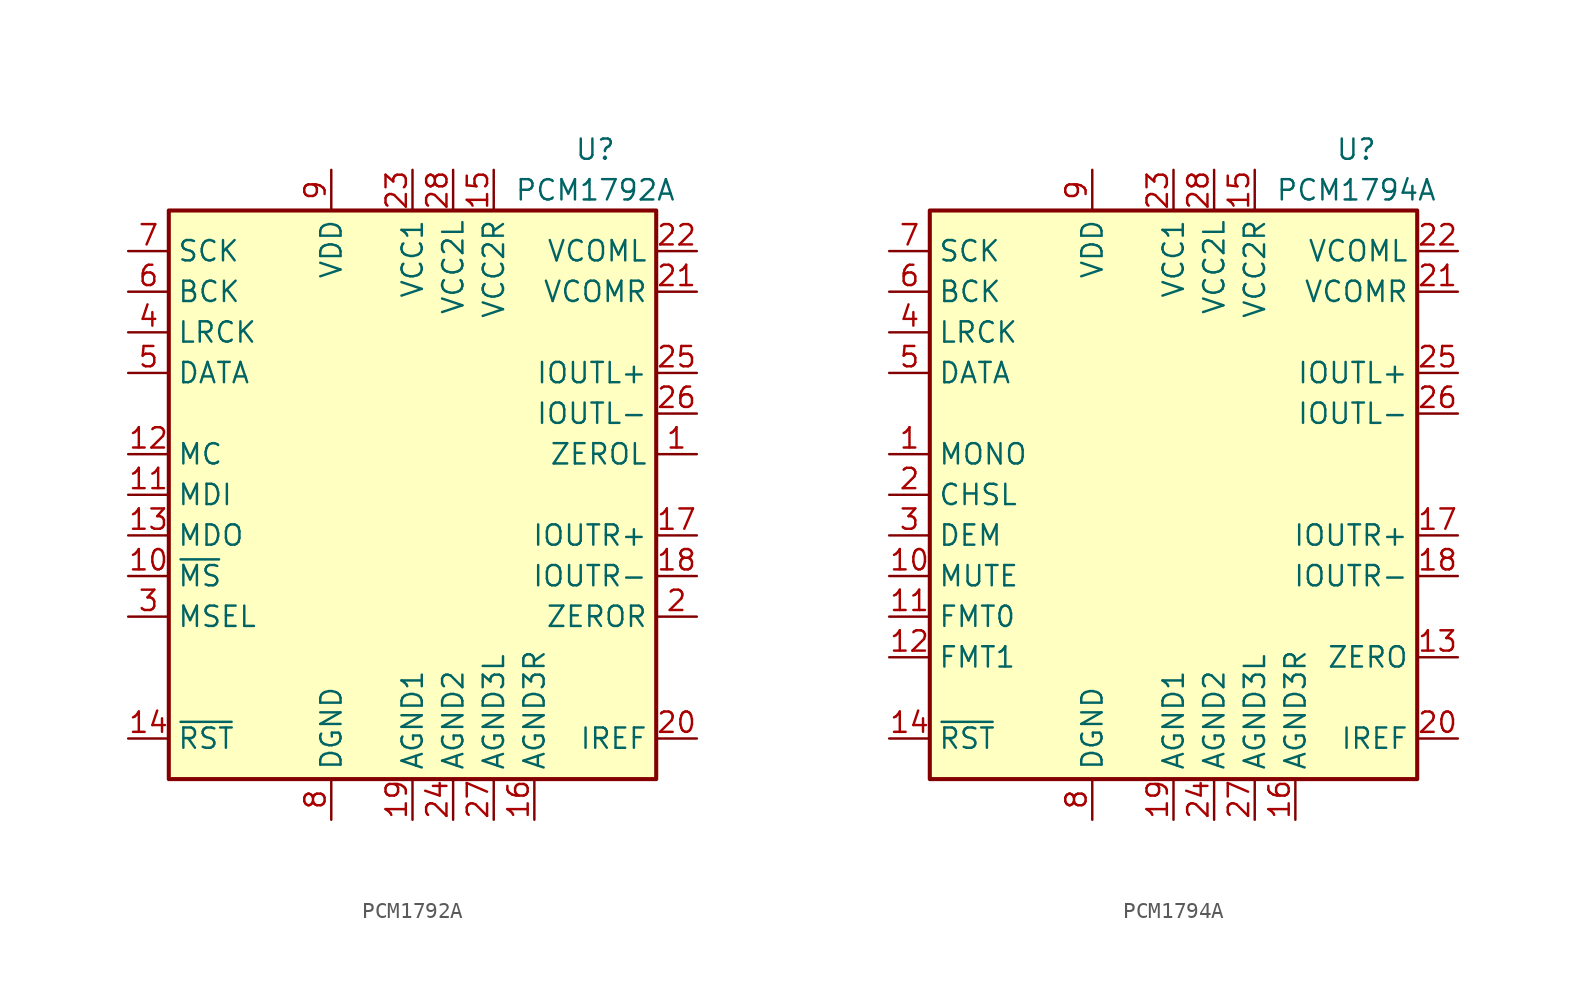
<source format=kicad_sym>
(kicad_symbol_lib
  (version 20201005)
  (generator kicad_symbol_editor)
  (symbol "PCM1792A"
    (property "Reference" "U"
      (at 11.43 21.59 0)
      (effects (font (size 1.27 1.27))))
    (property "Value" "PCM1792A"
      (at 11.43 19.05 0)
      (effects (font (size 1.27 1.27))))
    (symbol "PCM1792A_0_1"
      (rectangle (start -15.24 17.78) (end 15.24 -17.78) (stroke (width 0.254)) (fill (type background))))
    (symbol "PCM1792A_1_1"
      (pin output line (at 17.78 2.54 180) (length 2.54) (name "ZEROL" (effects (font (size 1.27 1.27)))) (number "1" (effects (font (size 1.27 1.27)))))
      (pin input line (at -17.78 -5.08 0) (length 2.54) (name "~MS" (effects (font (size 1.27 1.27)))) (number "10" (effects (font (size 1.27 1.27)))))
      (pin input line (at -17.78 0 0) (length 2.54) (name "MDI" (effects (font (size 1.27 1.27)))) (number "11" (effects (font (size 1.27 1.27)))))
      (pin input line (at -17.78 2.54 0) (length 2.54) (name "MC" (effects (font (size 1.27 1.27)))) (number "12" (effects (font (size 1.27 1.27)))))
      (pin bidirectional line (at -17.78 -2.54 0) (length 2.54) (name "MDO" (effects (font (size 1.27 1.27)))) (number "13" (effects (font (size 1.27 1.27)))))
      (pin input line (at -17.78 -15.24 0) (length 2.54) (name "~RST" (effects (font (size 1.27 1.27)))) (number "14" (effects (font (size 1.27 1.27)))))
      (pin power_in line (at 5.08 20.32 270) (length 2.54) (name "VCC2R" (effects (font (size 1.27 1.27)))) (number "15" (effects (font (size 1.27 1.27)))))
      (pin power_in line (at 7.62 -20.32 90) (length 2.54) (name "AGND3R" (effects (font (size 1.27 1.27)))) (number "16" (effects (font (size 1.27 1.27)))))
      (pin output line (at 17.78 -2.54 180) (length 2.54) (name "IOUTR+" (effects (font (size 1.27 1.27)))) (number "17" (effects (font (size 1.27 1.27)))))
      (pin output line (at 17.78 -5.08 180) (length 2.54) (name "IOUTR-" (effects (font (size 1.27 1.27)))) (number "18" (effects (font (size 1.27 1.27)))))
      (pin power_in line (at 0 -20.32 90) (length 2.54) (name "AGND1" (effects (font (size 1.27 1.27)))) (number "19" (effects (font (size 1.27 1.27)))))
      (pin output line (at 17.78 -7.62 180) (length 2.54) (name "ZEROR" (effects (font (size 1.27 1.27)))) (number "2" (effects (font (size 1.27 1.27)))))
      (pin passive line (at 17.78 -15.24 180) (length 2.54) (name "IREF" (effects (font (size 1.27 1.27)))) (number "20" (effects (font (size 1.27 1.27)))))
      (pin output line (at 17.78 12.7 180) (length 2.54) (name "VCOMR" (effects (font (size 1.27 1.27)))) (number "21" (effects (font (size 1.27 1.27)))))
      (pin passive line (at 17.78 15.24 180) (length 2.54) (name "VCOML" (effects (font (size 1.27 1.27)))) (number "22" (effects (font (size 1.27 1.27)))))
      (pin power_in line (at 0 20.32 270) (length 2.54) (name "VCC1" (effects (font (size 1.27 1.27)))) (number "23" (effects (font (size 1.27 1.27)))))
      (pin power_in line (at 2.54 -20.32 90) (length 2.54) (name "AGND2" (effects (font (size 1.27 1.27)))) (number "24" (effects (font (size 1.27 1.27)))))
      (pin output line (at 17.78 7.62 180) (length 2.54) (name "IOUTL+" (effects (font (size 1.27 1.27)))) (number "25" (effects (font (size 1.27 1.27)))))
      (pin output line (at 17.78 5.08 180) (length 2.54) (name "IOUTL-" (effects (font (size 1.27 1.27)))) (number "26" (effects (font (size 1.27 1.27)))))
      (pin power_in line (at 5.08 -20.32 90) (length 2.54) (name "AGND3L" (effects (font (size 1.27 1.27)))) (number "27" (effects (font (size 1.27 1.27)))))
      (pin power_in line (at 2.54 20.32 270) (length 2.54) (name "VCC2L" (effects (font (size 1.27 1.27)))) (number "28" (effects (font (size 1.27 1.27)))))
      (pin input line (at -17.78 -7.62 0) (length 2.54) (name "MSEL" (effects (font (size 1.27 1.27)))) (number "3" (effects (font (size 1.27 1.27)))))
      (pin input line (at -17.78 10.16 0) (length 2.54) (name "LRCK" (effects (font (size 1.27 1.27)))) (number "4" (effects (font (size 1.27 1.27)))))
      (pin input line (at -17.78 7.62 0) (length 2.54) (name "DATA" (effects (font (size 1.27 1.27)))) (number "5" (effects (font (size 1.27 1.27)))))
      (pin input line (at -17.78 12.7 0) (length 2.54) (name "BCK" (effects (font (size 1.27 1.27)))) (number "6" (effects (font (size 1.27 1.27)))))
      (pin input line (at -17.78 15.24 0) (length 2.54) (name "SCK" (effects (font (size 1.27 1.27)))) (number "7" (effects (font (size 1.27 1.27)))))
      (pin power_in line (at -5.08 -20.32 90) (length 2.54) (name "DGND" (effects (font (size 1.27 1.27)))) (number "8" (effects (font (size 1.27 1.27)))))
      (pin power_in line (at -5.08 20.32 270) (length 2.54) (name "VDD" (effects (font (size 1.27 1.27)))) (number "9" (effects (font (size 1.27 1.27)))))))
  (symbol "PCM1794A"
    (property "Reference" "U"
      (at 11.43 21.59 0)
      (effects (font (size 1.27 1.27))))
    (property "Value" "PCM1794A"
      (at 11.43 19.05 0)
      (effects (font (size 1.27 1.27))))
    (symbol "PCM1794A_0_1"
      (rectangle (start -15.24 17.78) (end 15.24 -17.78) (stroke (width 0.254)) (fill (type background))))
    (symbol "PCM1794A_1_1"
      (pin input line (at -17.78 2.54 0) (length 2.54) (name "MONO" (effects (font (size 1.27 1.27)))) (number "1" (effects (font (size 1.27 1.27)))))
      (pin input line (at -17.78 -5.08 0) (length 2.54) (name "MUTE" (effects (font (size 1.27 1.27)))) (number "10" (effects (font (size 1.27 1.27)))))
      (pin input line (at -17.78 -7.62 0) (length 2.54) (name "FMT0" (effects (font (size 1.27 1.27)))) (number "11" (effects (font (size 1.27 1.27)))))
      (pin input line (at -17.78 -10.16 0) (length 2.54) (name "FMT1" (effects (font (size 1.27 1.27)))) (number "12" (effects (font (size 1.27 1.27)))))
      (pin open_collector line (at 17.78 -10.16 180) (length 2.54) (name "ZERO" (effects (font (size 1.27 1.27)))) (number "13" (effects (font (size 1.27 1.27)))))
      (pin input line (at -17.78 -15.24 0) (length 2.54) (name "~RST" (effects (font (size 1.27 1.27)))) (number "14" (effects (font (size 1.27 1.27)))))
      (pin power_in line (at 5.08 20.32 270) (length 2.54) (name "VCC2R" (effects (font (size 1.27 1.27)))) (number "15" (effects (font (size 1.27 1.27)))))
      (pin power_in line (at 7.62 -20.32 90) (length 2.54) (name "AGND3R" (effects (font (size 1.27 1.27)))) (number "16" (effects (font (size 1.27 1.27)))))
      (pin output line (at 17.78 -2.54 180) (length 2.54) (name "IOUTR+" (effects (font (size 1.27 1.27)))) (number "17" (effects (font (size 1.27 1.27)))))
      (pin output line (at 17.78 -5.08 180) (length 2.54) (name "IOUTR-" (effects (font (size 1.27 1.27)))) (number "18" (effects (font (size 1.27 1.27)))))
      (pin power_in line (at 0 -20.32 90) (length 2.54) (name "AGND1" (effects (font (size 1.27 1.27)))) (number "19" (effects (font (size 1.27 1.27)))))
      (pin input line (at -17.78 0 0) (length 2.54) (name "CHSL" (effects (font (size 1.27 1.27)))) (number "2" (effects (font (size 1.27 1.27)))))
      (pin passive line (at 17.78 -15.24 180) (length 2.54) (name "IREF" (effects (font (size 1.27 1.27)))) (number "20" (effects (font (size 1.27 1.27)))))
      (pin output line (at 17.78 12.7 180) (length 2.54) (name "VCOMR" (effects (font (size 1.27 1.27)))) (number "21" (effects (font (size 1.27 1.27)))))
      (pin passive line (at 17.78 15.24 180) (length 2.54) (name "VCOML" (effects (font (size 1.27 1.27)))) (number "22" (effects (font (size 1.27 1.27)))))
      (pin power_in line (at 0 20.32 270) (length 2.54) (name "VCC1" (effects (font (size 1.27 1.27)))) (number "23" (effects (font (size 1.27 1.27)))))
      (pin power_in line (at 2.54 -20.32 90) (length 2.54) (name "AGND2" (effects (font (size 1.27 1.27)))) (number "24" (effects (font (size 1.27 1.27)))))
      (pin output line (at 17.78 7.62 180) (length 2.54) (name "IOUTL+" (effects (font (size 1.27 1.27)))) (number "25" (effects (font (size 1.27 1.27)))))
      (pin output line (at 17.78 5.08 180) (length 2.54) (name "IOUTL-" (effects (font (size 1.27 1.27)))) (number "26" (effects (font (size 1.27 1.27)))))
      (pin power_in line (at 5.08 -20.32 90) (length 2.54) (name "AGND3L" (effects (font (size 1.27 1.27)))) (number "27" (effects (font (size 1.27 1.27)))))
      (pin power_in line (at 2.54 20.32 270) (length 2.54) (name "VCC2L" (effects (font (size 1.27 1.27)))) (number "28" (effects (font (size 1.27 1.27)))))
      (pin input line (at -17.78 -2.54 0) (length 2.54) (name "DEM" (effects (font (size 1.27 1.27)))) (number "3" (effects (font (size 1.27 1.27)))))
      (pin input line (at -17.78 10.16 0) (length 2.54) (name "LRCK" (effects (font (size 1.27 1.27)))) (number "4" (effects (font (size 1.27 1.27)))))
      (pin input line (at -17.78 7.62 0) (length 2.54) (name "DATA" (effects (font (size 1.27 1.27)))) (number "5" (effects (font (size 1.27 1.27)))))
      (pin input line (at -17.78 12.7 0) (length 2.54) (name "BCK" (effects (font (size 1.27 1.27)))) (number "6" (effects (font (size 1.27 1.27)))))
      (pin input line (at -17.78 15.24 0) (length 2.54) (name "SCK" (effects (font (size 1.27 1.27)))) (number "7" (effects (font (size 1.27 1.27)))))
      (pin power_in line (at -5.08 -20.32 90) (length 2.54) (name "DGND" (effects (font (size 1.27 1.27)))) (number "8" (effects (font (size 1.27 1.27)))))
      (pin power_in line (at -5.08 20.32 270) (length 2.54) (name "VDD" (effects (font (size 1.27 1.27)))) (number "9" (effects (font (size 1.27 1.27))))))))
</source>
